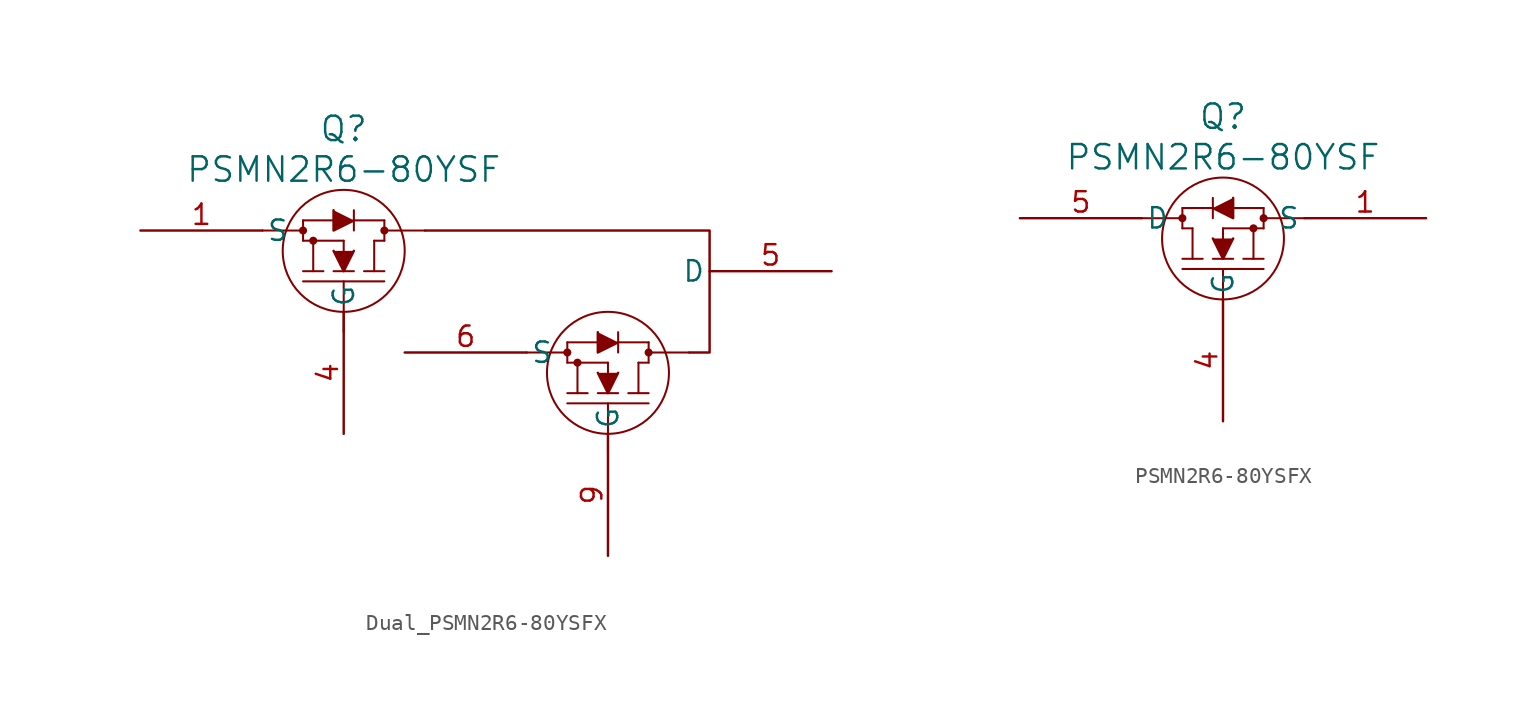
<source format=kicad_sym>
(kicad_symbol_lib
  (version 20231120)
  (generator "kicad_symbol_editor")
  (generator_version "8.0")
  (symbol "Dual_PSMN2R6-80YSFX"
    (pin_names
      (offset 0.254))
    (property "Reference" "Q"
      (at 0 6.35 0)
      (effects (font (size 1.524 1.524))))
    (property "Value" "PSMN2R6-80YSF"
      (at 0 3.81 0)
      (effects (font (size 1.524 1.524))))
    (symbol "Dual_PSMN2R6-80YSFX_0_1"
      (circle (center -2.54 0) (radius 0.127) (stroke (width 0.254) (type default)) (fill (type none)))
      (circle (center -1.905 -0.635) (radius 0.127) (stroke (width 0.254) (type default)) (fill (type none)))
      (circle (center 0 -1.27) (radius 3.81) (stroke (width 0.127) (type default)) (fill (type none)))
      (polyline (pts (xy -5.08 0) (xy -2.54 0)) (stroke (width 0.127) (type default)) (fill (type none)))
      (polyline (pts (xy -2.54 -3.175) (xy 2.54 -3.175)) (stroke (width 0.127) (type default)) (fill (type none)))
      (polyline (pts (xy -2.54 -2.54) (xy -1.27 -2.54)) (stroke (width 0.127) (type default)) (fill (type none)))
      (polyline (pts (xy -2.54 -0.635) (xy -2.54 0.635)) (stroke (width 0.127) (type default)) (fill (type none)))
      (polyline (pts (xy -2.54 -0.635) (xy 0 -0.635)) (stroke (width 0.127) (type default)) (fill (type none)))
      (polyline (pts (xy -2.54 0.635) (xy -0.635 0.635)) (stroke (width 0.127) (type default)) (fill (type none)))
      (polyline (pts (xy -1.905 -2.54) (xy -1.905 -0.635)) (stroke (width 0.127) (type default)) (fill (type none)))
      (polyline (pts (xy -0.635 -2.54) (xy 0.635 -2.54)) (stroke (width 0.127) (type default)) (fill (type none)))
      (polyline (pts (xy 0 -6.35) (xy 0 -3.175)) (stroke (width 0.127) (type default)) (fill (type none)))
      (polyline (pts (xy 0 -1.27) (xy 0 -0.635)) (stroke (width 0.127) (type default)) (fill (type none)))
      (polyline (pts (xy 0.635 0.635) (xy 2.54 0.635)) (stroke (width 0.127) (type default)) (fill (type none)))
      (polyline (pts (xy 0.635 1.27) (xy 0.635 0)) (stroke (width 0.127) (type default)) (fill (type none)))
      (polyline (pts (xy 1.27 -2.54) (xy 2.54 -2.54)) (stroke (width 0.127) (type default)) (fill (type none)))
      (polyline (pts (xy 1.905 -2.54) (xy 1.905 -0.635)) (stroke (width 0.127) (type default)) (fill (type none)))
      (polyline (pts (xy 1.905 -0.635) (xy 2.54 -0.635)) (stroke (width 0.127) (type default)) (fill (type none)))
      (polyline (pts (xy 2.54 -0.635) (xy 2.54 0.635)) (stroke (width 0.127) (type default)) (fill (type none)))
      (polyline (pts (xy 5.08 0) (xy 2.54 0)) (stroke (width 0.127) (type default)) (fill (type none)))
      (polyline (pts (xy 11.43 -7.62) (xy 13.97 -7.62)) (stroke (width 0.127) (type default)) (fill (type none)))
      (polyline (pts (xy 13.97 -10.795) (xy 19.05 -10.795)) (stroke (width 0.127) (type default)) (fill (type none)))
      (polyline (pts (xy 13.97 -10.16) (xy 15.24 -10.16)) (stroke (width 0.127) (type default)) (fill (type none)))
      (polyline (pts (xy 13.97 -8.255) (xy 13.97 -6.985)) (stroke (width 0.127) (type default)) (fill (type none)))
      (polyline (pts (xy 13.97 -8.255) (xy 16.51 -8.255)) (stroke (width 0.127) (type default)) (fill (type none)))
      (polyline (pts (xy 13.97 -6.985) (xy 15.875 -6.985)) (stroke (width 0.127) (type default)) (fill (type none)))
      (polyline (pts (xy 14.605 -10.16) (xy 14.605 -8.255)) (stroke (width 0.127) (type default)) (fill (type none)))
      (polyline (pts (xy 15.875 -10.16) (xy 17.145 -10.16)) (stroke (width 0.127) (type default)) (fill (type none)))
      (polyline (pts (xy 16.51 -13.97) (xy 16.51 -10.795)) (stroke (width 0.127) (type default)) (fill (type none)))
      (polyline (pts (xy 16.51 -8.89) (xy 16.51 -8.255)) (stroke (width 0.127) (type default)) (fill (type none)))
      (polyline (pts (xy 17.145 -6.985) (xy 19.05 -6.985)) (stroke (width 0.127) (type default)) (fill (type none)))
      (polyline (pts (xy 17.145 -6.35) (xy 17.145 -7.62)) (stroke (width 0.127) (type default)) (fill (type none)))
      (polyline (pts (xy 17.78 -10.16) (xy 19.05 -10.16)) (stroke (width 0.127) (type default)) (fill (type none)))
      (polyline (pts (xy 18.415 -10.16) (xy 18.415 -8.255)) (stroke (width 0.127) (type default)) (fill (type none)))
      (polyline (pts (xy 18.415 -8.255) (xy 19.05 -8.255)) (stroke (width 0.127) (type default)) (fill (type none)))
      (polyline (pts (xy 19.05 -8.255) (xy 19.05 -6.985)) (stroke (width 0.127) (type default)) (fill (type none)))
      (polyline (pts (xy 21.59 -7.62) (xy 19.05 -7.62)) (stroke (width 0.127) (type default)) (fill (type none)))
      (polyline (pts (xy -0.635 1.27) (xy -0.635 0) (xy 0.635 0.635)) (stroke (width 0) (type default)) (fill (type outline)))
      (polyline (pts (xy 0.635 -1.27) (xy 0 -2.54) (xy -0.635 -1.27)) (stroke (width 0) (type default)) (fill (type outline)))
      (polyline (pts (xy 15.875 -6.35) (xy 15.875 -7.62) (xy 17.145 -6.985)) (stroke (width 0) (type default)) (fill (type outline)))
      (polyline (pts (xy 17.145 -8.89) (xy 16.51 -10.16) (xy 15.875 -8.89)) (stroke (width 0) (type default)) (fill (type outline)))
      (polyline (pts (xy 5.08 0) (xy 22.86 0) (xy 22.86 -2.54) (xy 22.86 -7.62) (xy 21.59 -7.62)) (stroke (width 0) (type default)) (fill (type none)))
      (circle (center 2.54 0) (radius 0.127) (stroke (width 0.254) (type default)) (fill (type none)))
      (circle (center 13.97 -7.62) (radius 0.127) (stroke (width 0.254) (type default)) (fill (type none)))
      (circle (center 14.605 -8.255) (radius 0.127) (stroke (width 0.254) (type default)) (fill (type none)))
      (circle (center 16.51 -8.89) (radius 3.81) (stroke (width 0.127) (type default)) (fill (type none)))
      (circle (center 19.05 -7.62) (radius 0.127) (stroke (width 0.254) (type default)) (fill (type none))))
    (symbol "Dual_PSMN2R6-80YSFX_1_1"
      (pin passive line (at -12.7 0 0) (length 7.62) (name "S" (effects (font (size 1.27 1.27)))) (number "1" (effects (font (size 1.27 1.27)))))
      (pin passive line (at -12.7 0 0) (length 7.62) hide (name "S" (effects (font (size 1.27 1.27)))) (number "2" (effects (font (size 1.27 1.27)))))
      (pin passive line (at -12.7 0 0) (length 7.62) hide (name "3" (effects (font (size 1.27 1.27)))) (number "3" (effects (font (size 1.27 1.27)))))
      (pin passive line (at 0 -12.7 90) (length 7.62) (name "G" (effects (font (size 1.27 1.27)))) (number "4" (effects (font (size 1.27 1.27)))))
      (pin passive line (at 30.48 -2.54 180) (length 7.62) (name "D" (effects (font (size 1.27 1.27)))) (number "5" (effects (font (size 1.27 1.27)))))
      (pin passive line (at 3.81 -7.62 0) (length 7.62) (name "S" (effects (font (size 1.27 1.27)))) (number "6" (effects (font (size 1.27 1.27)))))
      (pin passive line (at 3.81 -7.62 0) (length 7.62) hide (name "S" (effects (font (size 1.27 1.27)))) (number "7" (effects (font (size 1.27 1.27)))))
      (pin passive line (at 3.81 -7.62 0) (length 7.62) hide (name "3" (effects (font (size 1.27 1.27)))) (number "8" (effects (font (size 1.27 1.27)))))
      (pin passive line (at 16.51 -20.32 90) (length 7.62) (name "G" (effects (font (size 1.27 1.27)))) (number "9" (effects (font (size 1.27 1.27)))))))
  (symbol "PSMN2R6-80YSFX"
    (pin_names
      (offset 0.254))
    (property "Reference" "Q"
      (at 0 6.35 0)
      (effects (font (size 1.524 1.524))))
    (property "Value" "PSMN2R6-80YSF"
      (at 0 3.81 0)
      (effects (font (size 1.524 1.524))))
    (symbol "PSMN2R6-80YSFX_0_1"
      (circle (center -2.54 0) (radius 0.127) (stroke (width 0.254) (type default)) (fill (type none)))
      (circle (center 0 -1.27) (radius 3.81) (stroke (width 0.127) (type default)) (fill (type none)))
      (polyline (pts (xy -5.08 0) (xy -2.54 0)) (stroke (width 0.127) (type default)) (fill (type none)))
      (polyline (pts (xy -2.54 -0.635) (xy -2.54 0.635)) (stroke (width 0.127) (type default)) (fill (type none)))
      (polyline (pts (xy -1.905 -2.54) (xy -1.905 -0.635)) (stroke (width 0.127) (type default)) (fill (type none)))
      (polyline (pts (xy -1.905 -0.635) (xy -2.54 -0.635)) (stroke (width 0.127) (type default)) (fill (type none)))
      (polyline (pts (xy -1.27 -2.54) (xy -2.54 -2.54)) (stroke (width 0.127) (type default)) (fill (type none)))
      (polyline (pts (xy -0.635 0.635) (xy -2.54 0.635)) (stroke (width 0.127) (type default)) (fill (type none)))
      (polyline (pts (xy -0.635 1.27) (xy -0.635 0)) (stroke (width 0.127) (type default)) (fill (type none)))
      (polyline (pts (xy 0 -6.35) (xy 0 -3.175)) (stroke (width 0.127) (type default)) (fill (type none)))
      (polyline (pts (xy 0 -1.27) (xy 0 -0.635)) (stroke (width 0.127) (type default)) (fill (type none)))
      (polyline (pts (xy 0.635 -2.54) (xy -0.635 -2.54)) (stroke (width 0.127) (type default)) (fill (type none)))
      (polyline (pts (xy 1.905 -2.54) (xy 1.905 -0.635)) (stroke (width 0.127) (type default)) (fill (type none)))
      (polyline (pts (xy 2.54 -3.175) (xy -2.54 -3.175)) (stroke (width 0.127) (type default)) (fill (type none)))
      (polyline (pts (xy 2.54 -2.54) (xy 1.27 -2.54)) (stroke (width 0.127) (type default)) (fill (type none)))
      (polyline (pts (xy 2.54 -0.635) (xy 0 -0.635)) (stroke (width 0.127) (type default)) (fill (type none)))
      (polyline (pts (xy 2.54 -0.635) (xy 2.54 0.635)) (stroke (width 0.127) (type default)) (fill (type none)))
      (polyline (pts (xy 2.54 0.635) (xy 0.635 0.635)) (stroke (width 0.127) (type default)) (fill (type none)))
      (polyline (pts (xy 5.08 0) (xy 2.54 0)) (stroke (width 0.127) (type default)) (fill (type none)))
      (polyline (pts (xy -0.635 -1.27) (xy 0 -2.54) (xy 0.635 -1.27)) (stroke (width 0) (type default)) (fill (type outline)))
      (polyline (pts (xy 0.635 1.27) (xy 0.635 0) (xy -0.635 0.635)) (stroke (width 0) (type default)) (fill (type outline)))
      (circle (center 1.905 -0.635) (radius 0.127) (stroke (width 0.254) (type default)) (fill (type none)))
      (circle (center 2.54 0) (radius 0.127) (stroke (width 0.254) (type default)) (fill (type none))))
    (symbol "PSMN2R6-80YSFX_1_1"
      (pin passive line (at 12.7 0 180) (length 7.62) (name "S" (effects (font (size 1.27 1.27)))) (number "1" (effects (font (size 1.27 1.27)))))
      (pin passive line (at 12.7 0 180) (length 7.62) hide (name "S" (effects (font (size 1.27 1.27)))) (number "2" (effects (font (size 1.27 1.27)))))
      (pin passive line (at 12.7 0 180) (length 7.62) hide (name "3" (effects (font (size 1.27 1.27)))) (number "3" (effects (font (size 1.27 1.27)))))
      (pin passive line (at 0 -12.7 90) (length 7.62) (name "G" (effects (font (size 1.27 1.27)))) (number "4" (effects (font (size 1.27 1.27)))))
      (pin passive line (at -12.7 0 0) (length 7.62) (name "D" (effects (font (size 1.27 1.27)))) (number "5" (effects (font (size 1.27 1.27))))))))
</source>
